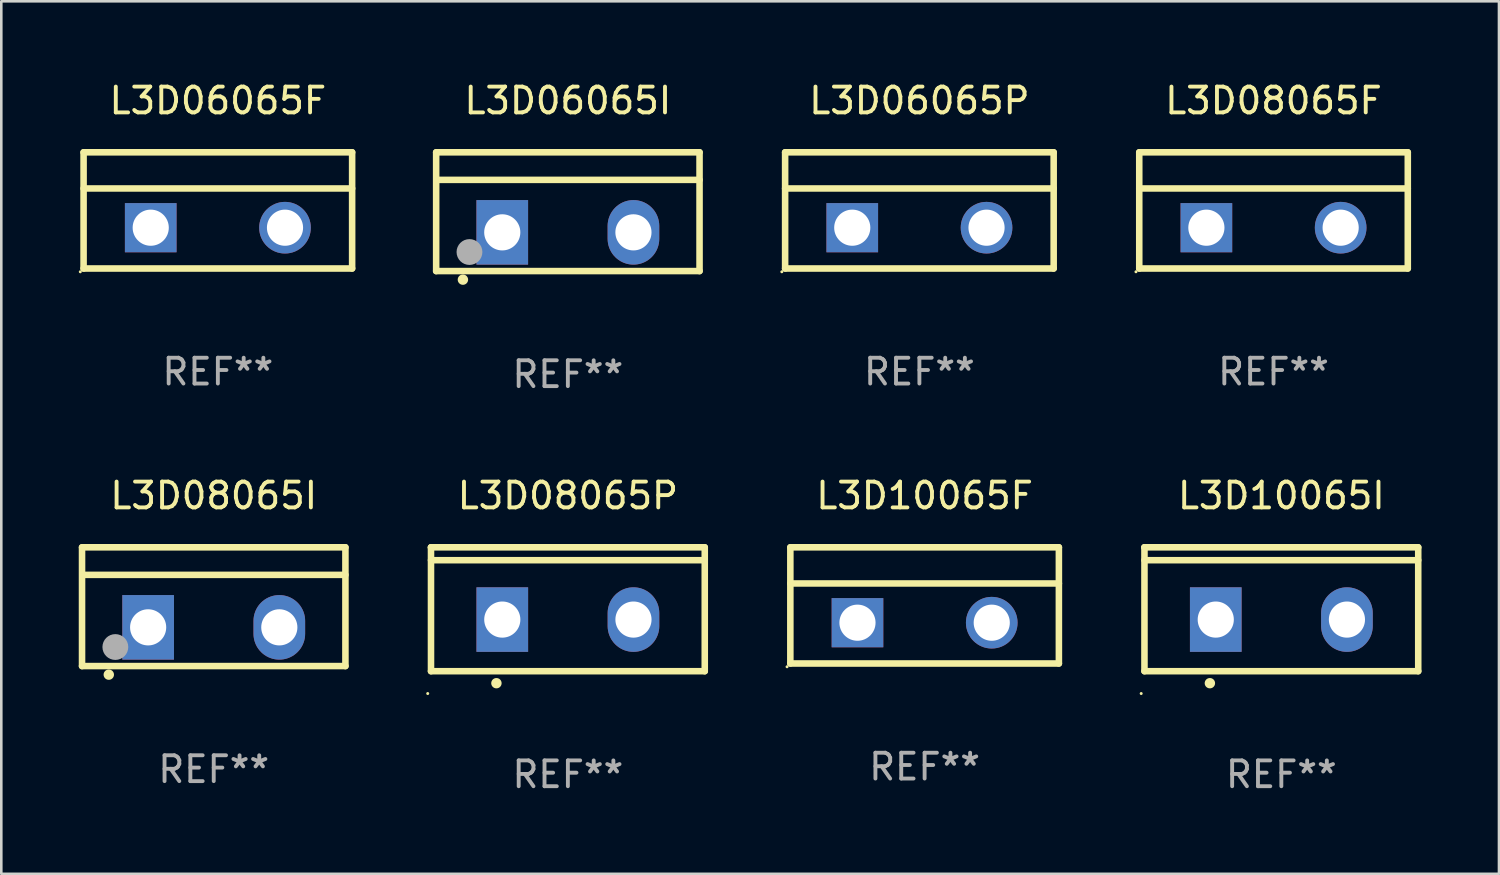
<source format=kicad_pcb>
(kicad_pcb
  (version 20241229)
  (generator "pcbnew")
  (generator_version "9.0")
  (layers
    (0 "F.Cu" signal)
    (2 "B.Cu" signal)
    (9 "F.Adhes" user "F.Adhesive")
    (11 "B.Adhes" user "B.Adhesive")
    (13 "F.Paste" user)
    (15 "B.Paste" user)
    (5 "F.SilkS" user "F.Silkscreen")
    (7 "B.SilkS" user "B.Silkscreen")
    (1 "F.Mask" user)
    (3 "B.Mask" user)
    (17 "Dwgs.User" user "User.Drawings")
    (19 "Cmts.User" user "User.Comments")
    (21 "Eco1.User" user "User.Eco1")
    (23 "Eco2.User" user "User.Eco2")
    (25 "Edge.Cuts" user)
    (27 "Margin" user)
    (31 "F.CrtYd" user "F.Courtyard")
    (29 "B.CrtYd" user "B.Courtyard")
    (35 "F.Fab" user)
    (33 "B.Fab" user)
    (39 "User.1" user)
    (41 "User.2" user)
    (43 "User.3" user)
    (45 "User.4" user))
  (footprint "L3D08065P"
    (layer "F.Cu")
    (at 18.942 20.544)
    (property "Reference" "L3D08065P" (at 0 -4.399 0) (layer "F.SilkS") (effects (font (size 1 1) (thickness 0.15))))
    (attr through_hole)
    (fp_line (start -5.301 -2.399) (end 5.301 -2.399) (stroke (width 0.254) (type solid)) (layer "F.SilkS"))
    (fp_line (start -5.301 -2.394) (end -5.301 -2.399) (stroke (width 0.254) (type solid)) (layer "F.SilkS"))
    (fp_line (start -5.301 2.399) (end -5.301 -2.394) (stroke (width 0.254) (type solid)) (layer "F.SilkS"))
    (fp_line (start 5.3 -1.9) (end -5.3 -1.9) (stroke (width 0.254) (type solid)) (layer "F.SilkS"))
    (fp_line (start 5.301 -2.399) (end 5.301 2.399) (stroke (width 0.254) (type solid)) (layer "F.SilkS"))
    (fp_line (start 5.301 2.399) (end -5.301 2.399) (stroke (width 0.254) (type solid)) (layer "F.SilkS"))
    (fp_arc (start -2.768606 2.863843) (mid -2.767336 2.863839) (end -2.766066 2.863843) (stroke (width 0.4) (type solid)) (layer "F.SilkS"))
    (fp_circle (center -5.428 3.264) (end -5.398 3.264) (stroke (width 0.06) (type solid)) (fill no) (layer "F.SilkS"))
    (fp_text user "REF**" (at 0 6.399 0) (layer "F.Fab") (effects (font (size 1 1) (thickness 0.15))))
    (pad "1" thru_hole rect (at -2.54 0.4) (size 2 2.5) (drill 1.4) (layers "*.Cu" "*.Mask"))
    (pad "2" thru_hole oval (at 2.54 0.4) (size 2 2.5) (drill 1.4) (layers "*.Cu" "*.Mask")))
  (footprint "L3D06065P"
    (layer "F.Cu")
    (at 32.555 5.098)
    (property "Reference" "L3D06065P" (at 0 -4.25 0) (layer "F.SilkS") (effects (font (size 1 1) (thickness 0.15))))
    (attr through_hole)
    (fp_line (start -5.2 -2.25) (end 5.2 -2.25) (stroke (width 0.254) (type solid)) (layer "F.SilkS"))
    (fp_line (start -5.2 -0.85) (end 5.2 -0.85) (stroke (width 0.254) (type solid)) (layer "F.SilkS"))
    (fp_line (start -5.2 2.25) (end -5.2 -2.25) (stroke (width 0.254) (type solid)) (layer "F.SilkS"))
    (fp_line (start -5.2 2.25) (end 5.2 2.25) (stroke (width 0.254) (type solid)) (layer "F.SilkS"))
    (fp_line (start 5.2 2.25) (end 5.2 -2.25) (stroke (width 0.254) (type solid)) (layer "F.SilkS"))
    (fp_circle (center -5.327 2.377) (end -5.297 2.377) (stroke (width 0.06) (type solid)) (fill no) (layer "F.SilkS"))
    (fp_text user "REF**" (at 0 6.25 0) (layer "F.Fab") (effects (font (size 1 1) (thickness 0.15))))
    (pad "1" thru_hole rect (at -2.6 0.67 90) (size 1.905 2) (drill 1.4) (layers "*.Cu" "*.Mask"))
    (pad "3" thru_hole circle (at 2.6 0.67) (size 2 2) (drill 1.4) (layers "*.Cu" "*.Mask")))
  (footprint "L3D10065I"
    (layer "F.Cu")
    (at 46.572 20.544)
    (property "Reference" "L3D10065I" (at 0 -4.399 0) (layer "F.SilkS") (effects (font (size 1 1) (thickness 0.15))))
    (attr through_hole)
    (fp_line (start -5.301 -2.399) (end 5.301 -2.399) (stroke (width 0.254) (type solid)) (layer "F.SilkS"))
    (fp_line (start -5.301 -2.394) (end -5.301 -2.399) (stroke (width 0.254) (type solid)) (layer "F.SilkS"))
    (fp_line (start -5.301 2.399) (end -5.301 -2.394) (stroke (width 0.254) (type solid)) (layer "F.SilkS"))
    (fp_line (start 5.3 -1.9) (end -5.3 -1.9) (stroke (width 0.254) (type solid)) (layer "F.SilkS"))
    (fp_line (start 5.301 -2.399) (end 5.301 2.399) (stroke (width 0.254) (type solid)) (layer "F.SilkS"))
    (fp_line (start 5.301 2.399) (end -5.301 2.399) (stroke (width 0.254) (type solid)) (layer "F.SilkS"))
    (fp_arc (start -2.768606 2.863843) (mid -2.767336 2.863839) (end -2.766066 2.863843) (stroke (width 0.4) (type solid)) (layer "F.SilkS"))
    (fp_circle (center -5.428 3.264) (end -5.398 3.264) (stroke (width 0.06) (type solid)) (fill no) (layer "F.SilkS"))
    (fp_text user "REF**" (at 0 6.399 0) (layer "F.Fab") (effects (font (size 1 1) (thickness 0.15))))
    (pad "1" thru_hole rect (at -2.54 0.4) (size 2 2.5) (drill 1.4) (layers "*.Cu" "*.Mask"))
    (pad "2" thru_hole oval (at 2.54 0.4) (size 2 2.5) (drill 1.4) (layers "*.Cu" "*.Mask")))
  (footprint "L3D06065I"
    (layer "F.Cu")
    (at 18.941 5.148)
    (property "Reference" "L3D06065I" (at 0 -4.3 0) (layer "F.SilkS") (effects (font (size 1 1) (thickness 0.15))))
    (attr through_hole)
    (fp_line (start -5.1 -2.3) (end -5.1 2.3) (stroke (width 0.254) (type solid)) (layer "F.SilkS"))
    (fp_line (start -5.1 2.3) (end 5.1 2.3) (stroke (width 0.254) (type solid)) (layer "F.SilkS"))
    (fp_line (start -5.08 -1.232) (end 5.1 -1.232) (stroke (width 0.254) (type solid)) (layer "F.SilkS"))
    (fp_line (start 5.1 -2.3) (end -5.1 -2.3) (stroke (width 0.254) (type solid)) (layer "F.SilkS"))
    (fp_line (start 5.1 -2.3) (end 5.1 2.3) (stroke (width 0.254) (type solid)) (layer "F.SilkS"))
    (fp_arc (start -4.065278 2.632004) (mid -4.064008 2.632) (end -4.062738 2.632004) (stroke (width 0.4) (type solid)) (layer "F.SilkS"))
    (fp_circle (center -5.1 2.32) (end -5.07 2.32) (stroke (width 0.06) (type solid)) (fill no) (layer "F.SilkS"))
    (fp_circle (center -3.81 1.562) (end -3.56 1.562) (stroke (width 0.5) (type solid)) (fill no) (layer "F.Fab"))
    (fp_text user "REF**" (at 0 6.3 0) (layer "F.Fab") (effects (font (size 1 1) (thickness 0.15))))
    (pad "1" thru_hole rect (at -2.54 0.8) (size 2 2.5) (drill 1.4) (layers "*.Cu" "*.Mask"))
    (pad "2" thru_hole oval (at 2.54 0.8) (size 2 2.5) (drill 1.4) (layers "*.Cu" "*.Mask")))
  (footprint "L3D08065F"
    (layer "F.Cu")
    (at 46.269 5.098)
    (property "Reference" "L3D08065F" (at 0 -4.25 0) (layer "F.SilkS") (effects (font (size 1 1) (thickness 0.15))))
    (attr through_hole)
    (fp_line (start -5.2 -2.25) (end 5.2 -2.25) (stroke (width 0.254) (type solid)) (layer "F.SilkS"))
    (fp_line (start -5.2 -0.85) (end 5.2 -0.85) (stroke (width 0.254) (type solid)) (layer "F.SilkS"))
    (fp_line (start -5.2 2.25) (end -5.2 -2.25) (stroke (width 0.254) (type solid)) (layer "F.SilkS"))
    (fp_line (start -5.2 2.25) (end 5.2 2.25) (stroke (width 0.254) (type solid)) (layer "F.SilkS"))
    (fp_line (start 5.2 2.25) (end 5.2 -2.25) (stroke (width 0.254) (type solid)) (layer "F.SilkS"))
    (fp_circle (center -5.327 2.377) (end -5.297 2.377) (stroke (width 0.06) (type solid)) (fill no) (layer "F.SilkS"))
    (fp_text user "REF**" (at 0 6.25 0) (layer "F.Fab") (effects (font (size 1 1) (thickness 0.15))))
    (pad "1" thru_hole rect (at -2.6 0.67 90) (size 1.905 2) (drill 1.4) (layers "*.Cu" "*.Mask"))
    (pad "3" thru_hole circle (at 2.6 0.67) (size 2 2) (drill 1.4) (layers "*.Cu" "*.Mask")))
  (footprint "L3D06065F"
    (layer "F.Cu")
    (at 5.387 5.098)
    (property "Reference" "L3D06065F" (at 0 -4.25 0) (layer "F.SilkS") (effects (font (size 1 1) (thickness 0.15))))
    (attr through_hole)
    (fp_line (start -5.2 -2.25) (end 5.2 -2.25) (stroke (width 0.254) (type solid)) (layer "F.SilkS"))
    (fp_line (start -5.2 -0.85) (end 5.2 -0.85) (stroke (width 0.254) (type solid)) (layer "F.SilkS"))
    (fp_line (start -5.2 2.25) (end -5.2 -2.25) (stroke (width 0.254) (type solid)) (layer "F.SilkS"))
    (fp_line (start -5.2 2.25) (end 5.2 2.25) (stroke (width 0.254) (type solid)) (layer "F.SilkS"))
    (fp_line (start 5.2 2.25) (end 5.2 -2.25) (stroke (width 0.254) (type solid)) (layer "F.SilkS"))
    (fp_circle (center -5.327 2.377) (end -5.297 2.377) (stroke (width 0.06) (type solid)) (fill no) (layer "F.SilkS"))
    (fp_text user "REF**" (at 0 6.25 0) (layer "F.Fab") (effects (font (size 1 1) (thickness 0.15))))
    (pad "1" thru_hole rect (at -2.6 0.67 90) (size 1.905 2) (drill 1.4) (layers "*.Cu" "*.Mask"))
    (pad "3" thru_hole circle (at 2.6 0.67) (size 2 2) (drill 1.4) (layers "*.Cu" "*.Mask")))
  (footprint "L3D08065I"
    (layer "F.Cu")
    (at 5.227 20.445)
    (property "Reference" "L3D08065I" (at 0 -4.3 0) (layer "F.SilkS") (effects (font (size 1 1) (thickness 0.15))))
    (attr through_hole)
    (fp_line (start -5.1 -2.3) (end -5.1 2.3) (stroke (width 0.254) (type solid)) (layer "F.SilkS"))
    (fp_line (start -5.1 2.3) (end 5.1 2.3) (stroke (width 0.254) (type solid)) (layer "F.SilkS"))
    (fp_line (start -5.08 -1.232) (end 5.1 -1.232) (stroke (width 0.254) (type solid)) (layer "F.SilkS"))
    (fp_line (start 5.1 -2.3) (end -5.1 -2.3) (stroke (width 0.254) (type solid)) (layer "F.SilkS"))
    (fp_line (start 5.1 -2.3) (end 5.1 2.3) (stroke (width 0.254) (type solid)) (layer "F.SilkS"))
    (fp_arc (start -4.065278 2.632004) (mid -4.064008 2.632) (end -4.062738 2.632004) (stroke (width 0.4) (type solid)) (layer "F.SilkS"))
    (fp_circle (center -5.1 2.32) (end -5.07 2.32) (stroke (width 0.06) (type solid)) (fill no) (layer "F.SilkS"))
    (fp_circle (center -3.81 1.562) (end -3.56 1.562) (stroke (width 0.5) (type solid)) (fill no) (layer "F.Fab"))
    (fp_text user "REF**" (at 0 6.3 0) (layer "F.Fab") (effects (font (size 1 1) (thickness 0.15))))
    (pad "1" thru_hole rect (at -2.54 0.8) (size 2 2.5) (drill 1.4) (layers "*.Cu" "*.Mask"))
    (pad "2" thru_hole oval (at 2.54 0.8) (size 2 2.5) (drill 1.4) (layers "*.Cu" "*.Mask")))
  (footprint "L3D10065F"
    (layer "F.Cu")
    (at 32.757 20.395)
    (property "Reference" "L3D10065F" (at 0 -4.25 0) (layer "F.SilkS") (effects (font (size 1 1) (thickness 0.15))))
    (attr through_hole)
    (fp_line (start -5.2 -2.25) (end 5.2 -2.25) (stroke (width 0.254) (type solid)) (layer "F.SilkS"))
    (fp_line (start -5.2 -0.85) (end 5.2 -0.85) (stroke (width 0.254) (type solid)) (layer "F.SilkS"))
    (fp_line (start -5.2 2.25) (end -5.2 -2.25) (stroke (width 0.254) (type solid)) (layer "F.SilkS"))
    (fp_line (start -5.2 2.25) (end 5.2 2.25) (stroke (width 0.254) (type solid)) (layer "F.SilkS"))
    (fp_line (start 5.2 2.25) (end 5.2 -2.25) (stroke (width 0.254) (type solid)) (layer "F.SilkS"))
    (fp_circle (center -5.327 2.377) (end -5.297 2.377) (stroke (width 0.06) (type solid)) (fill no) (layer "F.SilkS"))
    (fp_text user "REF**" (at 0 6.25 0) (layer "F.Fab") (effects (font (size 1 1) (thickness 0.15))))
    (pad "1" thru_hole rect (at -2.6 0.67 90) (size 1.905 2) (drill 1.4) (layers "*.Cu" "*.Mask"))
    (pad "3" thru_hole circle (at 2.6 0.67) (size 2 2) (drill 1.4) (layers "*.Cu" "*.Mask")))
  (gr_rect
    (start -3 -3)
    (end 55 30.791)
    (stroke (width 0.1) (type default))
    (fill no)
    (layer "Edge.Cuts")))
</source>
